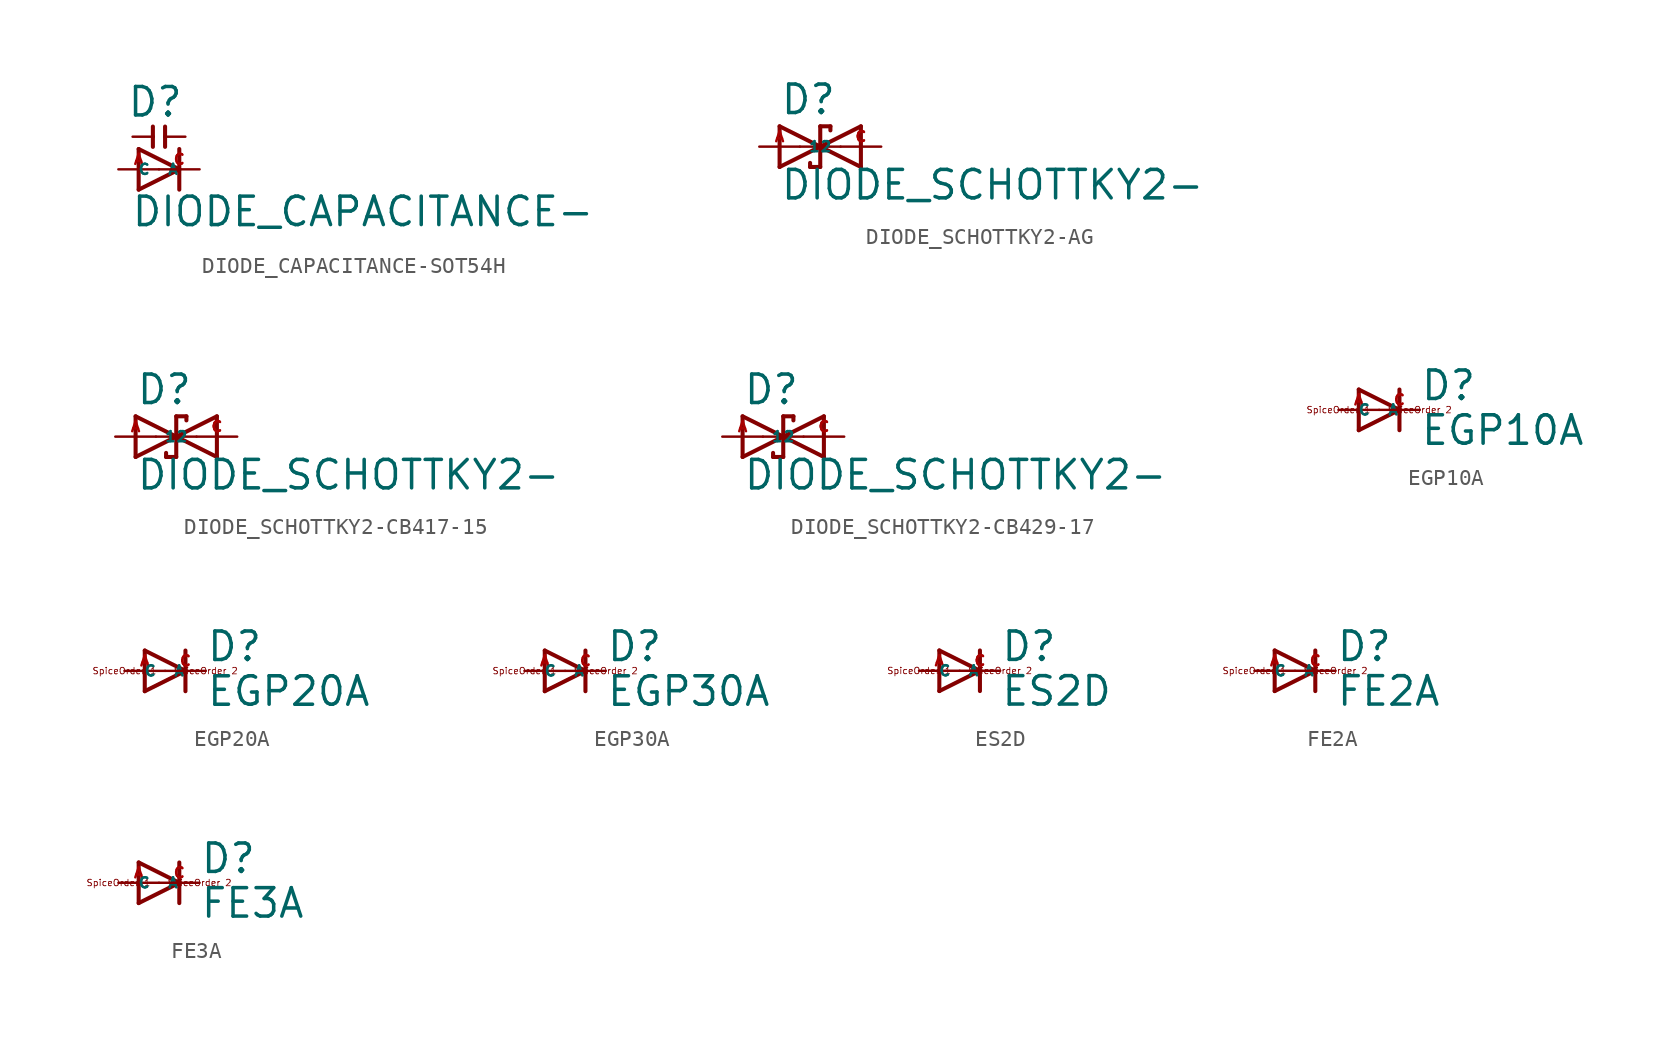
<source format=kicad_sym>
(kicad_symbol_lib
  (version 20220914)
  (generator Eagle2Kicad)
  (symbol "DIODE_CAPACITANCE-SOT54H"
    (property "Reference" "D"
      (at -2.032 3.175 0)
      (effects (font (size 1.778 1.778) (thickness 0.22)) (justify left bottom)))
    (property "Value" "DIODE_CAPACITANCE-"
      (at -1.778 -3.683 0)
      (effects (font (size 1.778 1.778) (thickness 0.22)) (justify left bottom)))
    (polyline
      (pts (xy -1.27 -1.27) (xy 1.27 0))
      (stroke (width 0.254) (type default))
      (fill (type none)))
    (polyline
      (pts (xy 1.27 0) (xy -1.27 1.27))
      (stroke (width 0.254) (type default))
      (fill (type none)))
    (polyline
      (pts (xy 1.27 1.27) (xy 1.27 0))
      (stroke (width 0.254) (type default))
      (fill (type none)))
    (polyline
      (pts (xy -1.27 1.27) (xy -1.27 -1.27))
      (stroke (width 0.254) (type default))
      (fill (type none)))
    (polyline
      (pts (xy 1.27 0) (xy 1.27 -1.27))
      (stroke (width 0.254) (type default))
      (fill (type none)))
    (polyline
      (pts (xy -0.381 2.675) (xy -0.381 2.04))
      (stroke (width 0.254) (type default))
      (fill (type none)))
    (polyline
      (pts (xy 0.381 2.675) (xy 0.381 2.04))
      (stroke (width 0.254) (type default))
      (fill (type none)))
    (polyline
      (pts (xy 1.651 2.04) (xy 0.381 2.04))
      (stroke (width 0.152) (type default))
      (fill (type none)))
    (polyline
      (pts (xy 0.381 2.04) (xy 0.381 1.405))
      (stroke (width 0.254) (type default))
      (fill (type none)))
    (polyline
      (pts (xy -0.381 2.04) (xy -1.651 2.04))
      (stroke (width 0.152) (type default))
      (fill (type none)))
    (polyline
      (pts (xy -0.381 2.04) (xy -0.381 1.405))
      (stroke (width 0.254) (type default))
      (fill (type none)))
    (pin passive line
      (at -2.54 0 0)
      (length 2.54)
      (name "A" (effects (font (size 0.635 0.635) (thickness 0.08)) (justify left bottom)))
      (number "A" (effects (font (size 0.635 0.635) (thickness 0.08)) (justify left bottom))))
    (pin passive line
      (at 2.54 0 180)
      (length 2.54)
      (name "C" (effects (font (size 0.635 0.635) (thickness 0.08)) (justify left bottom)))
      (number "C" (effects (font (size 0.635 0.635) (thickness 0.08)) (justify left bottom)))))
  (symbol "DIODE_SCHOTTKY2-AG"
    (property "Reference" "D"
      (at -1.27 1.905 0)
      (effects (font (size 1.778 1.778) (thickness 0.22)) (justify left bottom)))
    (property "Value" "DIODE_SCHOTTKY2-"
      (at -1.27 -3.429 0)
      (effects (font (size 1.778 1.778) (thickness 0.22)) (justify left bottom)))
    (polyline
      (pts (xy -1.27 -1.27) (xy 1.27 0))
      (stroke (width 0.254) (type default))
      (fill (type none)))
    (polyline
      (pts (xy 1.27 0) (xy -1.27 1.27))
      (stroke (width 0.254) (type default))
      (fill (type none)))
    (polyline
      (pts (xy 1.905 1.27) (xy 1.27 1.27))
      (stroke (width 0.254) (type default))
      (fill (type none)))
    (polyline
      (pts (xy 1.27 1.27) (xy 1.27 0))
      (stroke (width 0.254) (type default))
      (fill (type none)))
    (polyline
      (pts (xy 0 0) (xy 1.27 0))
      (stroke (width 0.152) (type default))
      (fill (type none)))
    (polyline
      (pts (xy -1.27 1.27) (xy -1.27 -1.27))
      (stroke (width 0.254) (type default))
      (fill (type none)))
    (polyline
      (pts (xy 1.27 0) (xy 1.27 -1.27))
      (stroke (width 0.254) (type default))
      (fill (type none)))
    (polyline
      (pts (xy 1.27 -1.27) (xy 0.635 -1.27))
      (stroke (width 0.254) (type default))
      (fill (type none)))
    (polyline
      (pts (xy 3.81 1.27) (xy 3.81 -1.27))
      (stroke (width 0.254) (type default))
      (fill (type none)))
    (polyline
      (pts (xy 3.81 -1.27) (xy 1.27 0))
      (stroke (width 0.254) (type default))
      (fill (type none)))
    (polyline
      (pts (xy 1.27 0) (xy 3.81 1.27))
      (stroke (width 0.254) (type default))
      (fill (type none)))
    (polyline
      (pts (xy 1.27 0) (xy 2.54 0))
      (stroke (width 0.152) (type default))
      (fill (type none)))
    (polyline
      (pts (xy 1.905 1.27) (xy 1.905 1.016))
      (stroke (width 0.254) (type default))
      (fill (type none)))
    (polyline
      (pts (xy 0.635 -1.016) (xy 0.635 -1.27))
      (stroke (width 0.254) (type default))
      (fill (type none)))
    (pin passive line
      (at -2.54 0 0)
      (length 2.54)
      (name "1" (effects (font (size 0.635 0.635) (thickness 0.08)) (justify left bottom)))
      (number "A" (effects (font (size 0.635 0.635) (thickness 0.08)) (justify left bottom))))
    (pin passive line
      (at 5.08 0 180)
      (length 2.54)
      (name "2" (effects (font (size 0.635 0.635) (thickness 0.08)) (justify left bottom)))
      (number "C" (effects (font (size 0.635 0.635) (thickness 0.08)) (justify left bottom)))))
  (symbol "DIODE_SCHOTTKY2-CB417-15"
    (property "Reference" "D"
      (at -1.27 1.905 0)
      (effects (font (size 1.778 1.778) (thickness 0.22)) (justify left bottom)))
    (property "Value" "DIODE_SCHOTTKY2-"
      (at -1.27 -3.429 0)
      (effects (font (size 1.778 1.778) (thickness 0.22)) (justify left bottom)))
    (polyline
      (pts (xy -1.27 -1.27) (xy 1.27 0))
      (stroke (width 0.254) (type default))
      (fill (type none)))
    (polyline
      (pts (xy 1.27 0) (xy -1.27 1.27))
      (stroke (width 0.254) (type default))
      (fill (type none)))
    (polyline
      (pts (xy 1.905 1.27) (xy 1.27 1.27))
      (stroke (width 0.254) (type default))
      (fill (type none)))
    (polyline
      (pts (xy 1.27 1.27) (xy 1.27 0))
      (stroke (width 0.254) (type default))
      (fill (type none)))
    (polyline
      (pts (xy 0 0) (xy 1.27 0))
      (stroke (width 0.152) (type default))
      (fill (type none)))
    (polyline
      (pts (xy -1.27 1.27) (xy -1.27 -1.27))
      (stroke (width 0.254) (type default))
      (fill (type none)))
    (polyline
      (pts (xy 1.27 0) (xy 1.27 -1.27))
      (stroke (width 0.254) (type default))
      (fill (type none)))
    (polyline
      (pts (xy 1.27 -1.27) (xy 0.635 -1.27))
      (stroke (width 0.254) (type default))
      (fill (type none)))
    (polyline
      (pts (xy 3.81 1.27) (xy 3.81 -1.27))
      (stroke (width 0.254) (type default))
      (fill (type none)))
    (polyline
      (pts (xy 3.81 -1.27) (xy 1.27 0))
      (stroke (width 0.254) (type default))
      (fill (type none)))
    (polyline
      (pts (xy 1.27 0) (xy 3.81 1.27))
      (stroke (width 0.254) (type default))
      (fill (type none)))
    (polyline
      (pts (xy 1.27 0) (xy 2.54 0))
      (stroke (width 0.152) (type default))
      (fill (type none)))
    (polyline
      (pts (xy 1.905 1.27) (xy 1.905 1.016))
      (stroke (width 0.254) (type default))
      (fill (type none)))
    (polyline
      (pts (xy 0.635 -1.016) (xy 0.635 -1.27))
      (stroke (width 0.254) (type default))
      (fill (type none)))
    (pin passive line
      (at -2.54 0 0)
      (length 2.54)
      (name "1" (effects (font (size 0.635 0.635) (thickness 0.08)) (justify left bottom)))
      (number "A" (effects (font (size 0.635 0.635) (thickness 0.08)) (justify left bottom))))
    (pin passive line
      (at 5.08 0 180)
      (length 2.54)
      (name "2" (effects (font (size 0.635 0.635) (thickness 0.08)) (justify left bottom)))
      (number "C" (effects (font (size 0.635 0.635) (thickness 0.08)) (justify left bottom)))))
  (symbol "DIODE_SCHOTTKY2-CB429-17"
    (property "Reference" "D"
      (at -1.27 1.905 0)
      (effects (font (size 1.778 1.778) (thickness 0.22)) (justify left bottom)))
    (property "Value" "DIODE_SCHOTTKY2-"
      (at -1.27 -3.429 0)
      (effects (font (size 1.778 1.778) (thickness 0.22)) (justify left bottom)))
    (polyline
      (pts (xy -1.27 -1.27) (xy 1.27 0))
      (stroke (width 0.254) (type default))
      (fill (type none)))
    (polyline
      (pts (xy 1.27 0) (xy -1.27 1.27))
      (stroke (width 0.254) (type default))
      (fill (type none)))
    (polyline
      (pts (xy 1.905 1.27) (xy 1.27 1.27))
      (stroke (width 0.254) (type default))
      (fill (type none)))
    (polyline
      (pts (xy 1.27 1.27) (xy 1.27 0))
      (stroke (width 0.254) (type default))
      (fill (type none)))
    (polyline
      (pts (xy 0 0) (xy 1.27 0))
      (stroke (width 0.152) (type default))
      (fill (type none)))
    (polyline
      (pts (xy -1.27 1.27) (xy -1.27 -1.27))
      (stroke (width 0.254) (type default))
      (fill (type none)))
    (polyline
      (pts (xy 1.27 0) (xy 1.27 -1.27))
      (stroke (width 0.254) (type default))
      (fill (type none)))
    (polyline
      (pts (xy 1.27 -1.27) (xy 0.635 -1.27))
      (stroke (width 0.254) (type default))
      (fill (type none)))
    (polyline
      (pts (xy 3.81 1.27) (xy 3.81 -1.27))
      (stroke (width 0.254) (type default))
      (fill (type none)))
    (polyline
      (pts (xy 3.81 -1.27) (xy 1.27 0))
      (stroke (width 0.254) (type default))
      (fill (type none)))
    (polyline
      (pts (xy 1.27 0) (xy 3.81 1.27))
      (stroke (width 0.254) (type default))
      (fill (type none)))
    (polyline
      (pts (xy 1.27 0) (xy 2.54 0))
      (stroke (width 0.152) (type default))
      (fill (type none)))
    (polyline
      (pts (xy 1.905 1.27) (xy 1.905 1.016))
      (stroke (width 0.254) (type default))
      (fill (type none)))
    (polyline
      (pts (xy 0.635 -1.016) (xy 0.635 -1.27))
      (stroke (width 0.254) (type default))
      (fill (type none)))
    (pin passive line
      (at -2.54 0 0)
      (length 2.54)
      (name "1" (effects (font (size 0.635 0.635) (thickness 0.08)) (justify left bottom)))
      (number "A" (effects (font (size 0.635 0.635) (thickness 0.08)) (justify left bottom))))
    (pin passive line
      (at 5.08 0 180)
      (length 2.54)
      (name "2" (effects (font (size 0.635 0.635) (thickness 0.08)) (justify left bottom)))
      (number "C" (effects (font (size 0.635 0.635) (thickness 0.08)) (justify left bottom)))))
  (symbol "EGP10A"
    (property "Reference" "D"
      (at 2.54 0.483 0)
      (effects (font (size 1.778 1.778) (thickness 0.22)) (justify left bottom)))
    (property "Value" "EGP10A"
      (at 2.54 -2.311 0)
      (effects (font (size 1.778 1.778) (thickness 0.22)) (justify left bottom)))
    (polyline
      (pts (xy -1.27 -1.27) (xy 1.27 0))
      (stroke (width 0.254) (type default))
      (fill (type none)))
    (polyline
      (pts (xy 1.27 0) (xy -1.27 1.27))
      (stroke (width 0.254) (type default))
      (fill (type none)))
    (polyline
      (pts (xy 1.27 1.27) (xy 1.27 0))
      (stroke (width 0.254) (type default))
      (fill (type none)))
    (polyline
      (pts (xy -1.27 1.27) (xy -1.27 -1.27))
      (stroke (width 0.254) (type default))
      (fill (type none)))
    (polyline
      (pts (xy 1.27 0) (xy 1.27 -1.27))
      (stroke (width 0.254) (type default))
      (fill (type none)))
    (text "SpiceOrder 1"
      (at -2.54 0 0)
      (effects (font (size 0.406 0.406) (thickness 0.05))))
    (text "SpiceOrder 2"
      (at 2.54 0 0)
      (effects (font (size 0.406 0.406) (thickness 0.05))))
    (pin passive line
      (at -2.54 0 0)
      (length 2.54)
      (name "A" (effects (font (size 0.635 0.635) (thickness 0.08)) (justify left bottom)))
      (number "A" (effects (font (size 0.635 0.635) (thickness 0.08)) (justify left bottom))))
    (pin passive line
      (at 2.54 0 180)
      (length 2.54)
      (name "C" (effects (font (size 0.635 0.635) (thickness 0.08)) (justify left bottom)))
      (number "C" (effects (font (size 0.635 0.635) (thickness 0.08)) (justify left bottom)))))
  (symbol "EGP20A"
    (property "Reference" "D"
      (at 2.54 0.483 0)
      (effects (font (size 1.778 1.778) (thickness 0.22)) (justify left bottom)))
    (property "Value" "EGP20A"
      (at 2.54 -2.311 0)
      (effects (font (size 1.778 1.778) (thickness 0.22)) (justify left bottom)))
    (polyline
      (pts (xy -1.27 -1.27) (xy 1.27 0))
      (stroke (width 0.254) (type default))
      (fill (type none)))
    (polyline
      (pts (xy 1.27 0) (xy -1.27 1.27))
      (stroke (width 0.254) (type default))
      (fill (type none)))
    (polyline
      (pts (xy 1.27 1.27) (xy 1.27 0))
      (stroke (width 0.254) (type default))
      (fill (type none)))
    (polyline
      (pts (xy -1.27 1.27) (xy -1.27 -1.27))
      (stroke (width 0.254) (type default))
      (fill (type none)))
    (polyline
      (pts (xy 1.27 0) (xy 1.27 -1.27))
      (stroke (width 0.254) (type default))
      (fill (type none)))
    (text "SpiceOrder 1"
      (at -2.54 0 0)
      (effects (font (size 0.406 0.406) (thickness 0.05))))
    (text "SpiceOrder 2"
      (at 2.54 0 0)
      (effects (font (size 0.406 0.406) (thickness 0.05))))
    (pin passive line
      (at -2.54 0 0)
      (length 2.54)
      (name "A" (effects (font (size 0.635 0.635) (thickness 0.08)) (justify left bottom)))
      (number "A" (effects (font (size 0.635 0.635) (thickness 0.08)) (justify left bottom))))
    (pin passive line
      (at 2.54 0 180)
      (length 2.54)
      (name "C" (effects (font (size 0.635 0.635) (thickness 0.08)) (justify left bottom)))
      (number "C" (effects (font (size 0.635 0.635) (thickness 0.08)) (justify left bottom)))))
  (symbol "EGP30A"
    (property "Reference" "D"
      (at 2.54 0.483 0)
      (effects (font (size 1.778 1.778) (thickness 0.22)) (justify left bottom)))
    (property "Value" "EGP30A"
      (at 2.54 -2.311 0)
      (effects (font (size 1.778 1.778) (thickness 0.22)) (justify left bottom)))
    (polyline
      (pts (xy -1.27 -1.27) (xy 1.27 0))
      (stroke (width 0.254) (type default))
      (fill (type none)))
    (polyline
      (pts (xy 1.27 0) (xy -1.27 1.27))
      (stroke (width 0.254) (type default))
      (fill (type none)))
    (polyline
      (pts (xy 1.27 1.27) (xy 1.27 0))
      (stroke (width 0.254) (type default))
      (fill (type none)))
    (polyline
      (pts (xy -1.27 1.27) (xy -1.27 -1.27))
      (stroke (width 0.254) (type default))
      (fill (type none)))
    (polyline
      (pts (xy 1.27 0) (xy 1.27 -1.27))
      (stroke (width 0.254) (type default))
      (fill (type none)))
    (text "SpiceOrder 1"
      (at -2.54 0 0)
      (effects (font (size 0.406 0.406) (thickness 0.05))))
    (text "SpiceOrder 2"
      (at 2.54 0 0)
      (effects (font (size 0.406 0.406) (thickness 0.05))))
    (pin passive line
      (at -2.54 0 0)
      (length 2.54)
      (name "A" (effects (font (size 0.635 0.635) (thickness 0.08)) (justify left bottom)))
      (number "A" (effects (font (size 0.635 0.635) (thickness 0.08)) (justify left bottom))))
    (pin passive line
      (at 2.54 0 180)
      (length 2.54)
      (name "C" (effects (font (size 0.635 0.635) (thickness 0.08)) (justify left bottom)))
      (number "C" (effects (font (size 0.635 0.635) (thickness 0.08)) (justify left bottom)))))
  (symbol "ES2D"
    (property "Reference" "D"
      (at 2.54 0.483 0)
      (effects (font (size 1.778 1.778) (thickness 0.22)) (justify left bottom)))
    (property "Value" "ES2D"
      (at 2.54 -2.311 0)
      (effects (font (size 1.778 1.778) (thickness 0.22)) (justify left bottom)))
    (polyline
      (pts (xy -1.27 -1.27) (xy 1.27 0))
      (stroke (width 0.254) (type default))
      (fill (type none)))
    (polyline
      (pts (xy 1.27 0) (xy -1.27 1.27))
      (stroke (width 0.254) (type default))
      (fill (type none)))
    (polyline
      (pts (xy 1.27 1.27) (xy 1.27 0))
      (stroke (width 0.254) (type default))
      (fill (type none)))
    (polyline
      (pts (xy -1.27 1.27) (xy -1.27 -1.27))
      (stroke (width 0.254) (type default))
      (fill (type none)))
    (polyline
      (pts (xy 1.27 0) (xy 1.27 -1.27))
      (stroke (width 0.254) (type default))
      (fill (type none)))
    (text "SpiceOrder 1"
      (at -2.54 0 0)
      (effects (font (size 0.406 0.406) (thickness 0.05))))
    (text "SpiceOrder 2"
      (at 2.54 0 0)
      (effects (font (size 0.406 0.406) (thickness 0.05))))
    (pin passive line
      (at -2.54 0 0)
      (length 2.54)
      (name "A" (effects (font (size 0.635 0.635) (thickness 0.08)) (justify left bottom)))
      (number "A" (effects (font (size 0.635 0.635) (thickness 0.08)) (justify left bottom))))
    (pin passive line
      (at 2.54 0 180)
      (length 2.54)
      (name "C" (effects (font (size 0.635 0.635) (thickness 0.08)) (justify left bottom)))
      (number "C" (effects (font (size 0.635 0.635) (thickness 0.08)) (justify left bottom)))))
  (symbol "FE2A"
    (property "Reference" "D"
      (at 2.54 0.483 0)
      (effects (font (size 1.778 1.778) (thickness 0.22)) (justify left bottom)))
    (property "Value" "FE2A"
      (at 2.54 -2.311 0)
      (effects (font (size 1.778 1.778) (thickness 0.22)) (justify left bottom)))
    (polyline
      (pts (xy -1.27 -1.27) (xy 1.27 0))
      (stroke (width 0.254) (type default))
      (fill (type none)))
    (polyline
      (pts (xy 1.27 0) (xy -1.27 1.27))
      (stroke (width 0.254) (type default))
      (fill (type none)))
    (polyline
      (pts (xy 1.27 1.27) (xy 1.27 0))
      (stroke (width 0.254) (type default))
      (fill (type none)))
    (polyline
      (pts (xy -1.27 1.27) (xy -1.27 -1.27))
      (stroke (width 0.254) (type default))
      (fill (type none)))
    (polyline
      (pts (xy 1.27 0) (xy 1.27 -1.27))
      (stroke (width 0.254) (type default))
      (fill (type none)))
    (text "SpiceOrder 1"
      (at -2.54 0 0)
      (effects (font (size 0.406 0.406) (thickness 0.05))))
    (text "SpiceOrder 2"
      (at 2.54 0 0)
      (effects (font (size 0.406 0.406) (thickness 0.05))))
    (pin passive line
      (at -2.54 0 0)
      (length 2.54)
      (name "A" (effects (font (size 0.635 0.635) (thickness 0.08)) (justify left bottom)))
      (number "A" (effects (font (size 0.635 0.635) (thickness 0.08)) (justify left bottom))))
    (pin passive line
      (at 2.54 0 180)
      (length 2.54)
      (name "C" (effects (font (size 0.635 0.635) (thickness 0.08)) (justify left bottom)))
      (number "C" (effects (font (size 0.635 0.635) (thickness 0.08)) (justify left bottom)))))
  (symbol "FE3A"
    (property "Reference" "D"
      (at 2.54 0.483 0)
      (effects (font (size 1.778 1.778) (thickness 0.22)) (justify left bottom)))
    (property "Value" "FE3A"
      (at 2.54 -2.311 0)
      (effects (font (size 1.778 1.778) (thickness 0.22)) (justify left bottom)))
    (polyline
      (pts (xy -1.27 -1.27) (xy 1.27 0))
      (stroke (width 0.254) (type default))
      (fill (type none)))
    (polyline
      (pts (xy 1.27 0) (xy -1.27 1.27))
      (stroke (width 0.254) (type default))
      (fill (type none)))
    (polyline
      (pts (xy 1.27 1.27) (xy 1.27 0))
      (stroke (width 0.254) (type default))
      (fill (type none)))
    (polyline
      (pts (xy -1.27 1.27) (xy -1.27 -1.27))
      (stroke (width 0.254) (type default))
      (fill (type none)))
    (polyline
      (pts (xy 1.27 0) (xy 1.27 -1.27))
      (stroke (width 0.254) (type default))
      (fill (type none)))
    (text "SpiceOrder 1"
      (at -2.54 0 0)
      (effects (font (size 0.406 0.406) (thickness 0.05))))
    (text "SpiceOrder 2"
      (at 2.54 0 0)
      (effects (font (size 0.406 0.406) (thickness 0.05))))
    (pin passive line
      (at -2.54 0 0)
      (length 2.54)
      (name "A" (effects (font (size 0.635 0.635) (thickness 0.08)) (justify left bottom)))
      (number "A" (effects (font (size 0.635 0.635) (thickness 0.08)) (justify left bottom))))
    (pin passive line
      (at 2.54 0 180)
      (length 2.54)
      (name "C" (effects (font (size 0.635 0.635) (thickness 0.08)) (justify left bottom)))
      (number "C" (effects (font (size 0.635 0.635) (thickness 0.08)) (justify left bottom))))))
</source>
